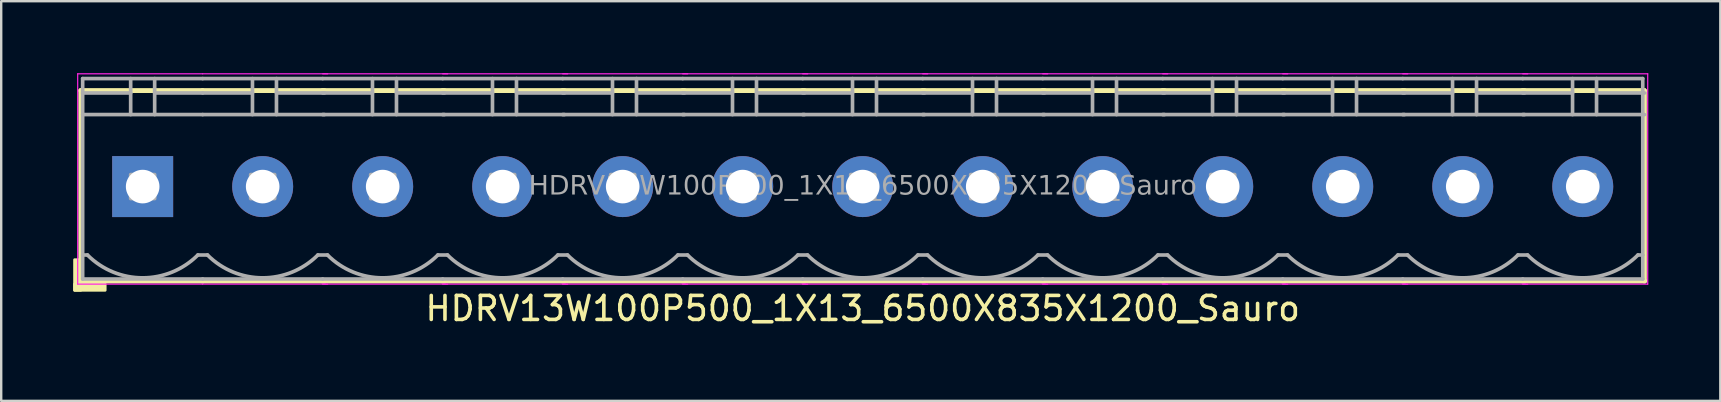
<source format=kicad_pcb>
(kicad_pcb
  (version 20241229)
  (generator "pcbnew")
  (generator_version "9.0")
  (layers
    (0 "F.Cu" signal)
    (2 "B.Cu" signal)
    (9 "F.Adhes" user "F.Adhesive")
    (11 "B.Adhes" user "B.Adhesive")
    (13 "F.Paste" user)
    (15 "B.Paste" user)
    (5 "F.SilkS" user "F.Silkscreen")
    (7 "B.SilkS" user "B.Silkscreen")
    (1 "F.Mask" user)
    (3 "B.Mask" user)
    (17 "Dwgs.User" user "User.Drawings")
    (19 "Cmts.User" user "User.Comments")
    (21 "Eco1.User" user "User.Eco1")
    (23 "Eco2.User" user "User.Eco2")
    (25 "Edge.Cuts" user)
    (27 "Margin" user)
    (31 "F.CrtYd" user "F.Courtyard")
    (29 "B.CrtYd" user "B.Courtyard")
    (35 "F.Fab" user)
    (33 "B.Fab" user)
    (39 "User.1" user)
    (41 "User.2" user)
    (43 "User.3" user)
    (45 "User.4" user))
  (footprint "HDRV13W100P500_1X13_6500X835X1200_Sauro"
    (layer "F.Cu")
    (at 32.894 4.724)
    (property "Reference" "HDRV13W100P500_1X13_6500X835X1200_Sauro" (at 0 5.08 0) (layer "F.SilkS") (effects (font (size 1 1) (thickness 0.15))))
    (attr through_hole)
    (fp_line (start -32.58 -4) (end -32.58 3.937) (stroke (width 0.203) (type solid)) (layer "F.SilkS"))
    (fp_line (start -32.58 3.937) (end -27.5 3.937) (stroke (width 0.203) (type solid)) (layer "F.SilkS"))
    (fp_line (start -27.505 -4) (end -32.58 -4) (stroke (width 0.203) (type solid)) (layer "F.SilkS"))
    (fp_line (start -27.5 3.937) (end -22.42 3.937) (stroke (width 0.203) (type solid)) (layer "F.SilkS"))
    (fp_line (start -22.5 3.937) (end -17.42 3.937) (stroke (width 0.203) (type solid)) (layer "F.SilkS"))
    (fp_line (start -22.43 -4) (end -27.505 -4) (stroke (width 0.203) (type solid)) (layer "F.SilkS"))
    (fp_line (start -17.5 3.937) (end -12.42 3.937) (stroke (width 0.203) (type solid)) (layer "F.SilkS"))
    (fp_line (start -17.43 -4) (end -22.505 -4) (stroke (width 0.203) (type solid)) (layer "F.SilkS"))
    (fp_line (start -12.5 3.937) (end -7.42 3.937) (stroke (width 0.203) (type solid)) (layer "F.SilkS"))
    (fp_line (start -12.43 -4) (end -17.505 -4) (stroke (width 0.203) (type solid)) (layer "F.SilkS"))
    (fp_line (start -7.5 3.937) (end -2.42 3.937) (stroke (width 0.203) (type solid)) (layer "F.SilkS"))
    (fp_line (start -7.43 -4) (end -12.505 -4) (stroke (width 0.203) (type solid)) (layer "F.SilkS"))
    (fp_line (start -2.5 3.937) (end 2.58 3.937) (stroke (width 0.203) (type solid)) (layer "F.SilkS"))
    (fp_line (start -2.43 -4) (end -7.505 -4) (stroke (width 0.203) (type solid)) (layer "F.SilkS"))
    (fp_line (start 2.5 3.937) (end 7.58 3.937) (stroke (width 0.203) (type solid)) (layer "F.SilkS"))
    (fp_line (start 2.57 -4) (end -2.505 -4) (stroke (width 0.203) (type solid)) (layer "F.SilkS"))
    (fp_line (start 7.5 3.937) (end 12.58 3.937) (stroke (width 0.203) (type solid)) (layer "F.SilkS"))
    (fp_line (start 7.57 -4) (end 2.495 -4) (stroke (width 0.203) (type solid)) (layer "F.SilkS"))
    (fp_line (start 12.5 3.937) (end 17.58 3.937) (stroke (width 0.203) (type solid)) (layer "F.SilkS"))
    (fp_line (start 12.57 -4) (end 7.495 -4) (stroke (width 0.203) (type solid)) (layer "F.SilkS"))
    (fp_line (start 17.5 3.937) (end 22.58 3.937) (stroke (width 0.203) (type solid)) (layer "F.SilkS"))
    (fp_line (start 17.57 -4) (end 12.495 -4) (stroke (width 0.203) (type solid)) (layer "F.SilkS"))
    (fp_line (start 22.5 3.937) (end 27.58 3.937) (stroke (width 0.203) (type solid)) (layer "F.SilkS"))
    (fp_line (start 22.57 -4) (end 17.495 -4) (stroke (width 0.203) (type solid)) (layer "F.SilkS"))
    (fp_line (start 27.5 3.937) (end 32.58 3.937) (stroke (width 0.203) (type solid)) (layer "F.SilkS"))
    (fp_line (start 27.57 -4) (end 22.495 -4) (stroke (width 0.203) (type solid)) (layer "F.SilkS"))
    (fp_line (start 32.57 -4) (end 27.495 -4) (stroke (width 0.203) (type solid)) (layer "F.SilkS"))
    (fp_line (start 32.57 -4) (end 32.57 3.937) (stroke (width 0.203) (type solid)) (layer "F.SilkS"))
    (fp_rect (start -32.58 3.048) (end -32.834 4.318) (stroke (width 0.12) (type solid)) (fill yes) (layer "F.SilkS"))
    (fp_rect (start -31.564 4.318) (end -32.834 4.064) (stroke (width 0.12) (type solid)) (fill yes) (layer "F.SilkS"))
    (fp_line (start -32.707 4.064) (end -32.707 -4.699) (stroke (width 0.05) (type solid)) (layer "F.CrtYd"))
    (fp_line (start -27.505 4.064) (end -32.707 4.064) (stroke (width 0.05) (type solid)) (layer "F.CrtYd"))
    (fp_line (start -27.5 -4.699) (end -32.707 -4.699) (stroke (width 0.05) (type solid)) (layer "F.CrtYd"))
    (fp_line (start -22.293 -4.699) (end -27.5 -4.699) (stroke (width 0.05) (type solid)) (layer "F.CrtYd"))
    (fp_line (start -22.293 4.064) (end -27.505 4.064) (stroke (width 0.05) (type solid)) (layer "F.CrtYd"))
    (fp_line (start -17.293 -4.699) (end -22.5 -4.699) (stroke (width 0.05) (type solid)) (layer "F.CrtYd"))
    (fp_line (start -17.293 4.064) (end -22.505 4.064) (stroke (width 0.05) (type solid)) (layer "F.CrtYd"))
    (fp_line (start -12.293 -4.699) (end -17.5 -4.699) (stroke (width 0.05) (type solid)) (layer "F.CrtYd"))
    (fp_line (start -12.293 4.064) (end -17.505 4.064) (stroke (width 0.05) (type solid)) (layer "F.CrtYd"))
    (fp_line (start -7.293 -4.699) (end -12.5 -4.699) (stroke (width 0.05) (type solid)) (layer "F.CrtYd"))
    (fp_line (start -7.293 4.064) (end -12.505 4.064) (stroke (width 0.05) (type solid)) (layer "F.CrtYd"))
    (fp_line (start -2.293 -4.699) (end -7.5 -4.699) (stroke (width 0.05) (type solid)) (layer "F.CrtYd"))
    (fp_line (start -2.293 4.064) (end -7.505 4.064) (stroke (width 0.05) (type solid)) (layer "F.CrtYd"))
    (fp_line (start 2.707 -4.699) (end -2.5 -4.699) (stroke (width 0.05) (type solid)) (layer "F.CrtYd"))
    (fp_line (start 2.707 4.064) (end -2.505 4.064) (stroke (width 0.05) (type solid)) (layer "F.CrtYd"))
    (fp_line (start 7.707 -4.699) (end 2.5 -4.699) (stroke (width 0.05) (type solid)) (layer "F.CrtYd"))
    (fp_line (start 7.707 4.064) (end 2.495 4.064) (stroke (width 0.05) (type solid)) (layer "F.CrtYd"))
    (fp_line (start 12.707 -4.699) (end 7.5 -4.699) (stroke (width 0.05) (type solid)) (layer "F.CrtYd"))
    (fp_line (start 12.707 4.064) (end 7.495 4.064) (stroke (width 0.05) (type solid)) (layer "F.CrtYd"))
    (fp_line (start 17.707 -4.699) (end 12.5 -4.699) (stroke (width 0.05) (type solid)) (layer "F.CrtYd"))
    (fp_line (start 17.707 4.064) (end 12.495 4.064) (stroke (width 0.05) (type solid)) (layer "F.CrtYd"))
    (fp_line (start 22.707 -4.699) (end 17.5 -4.699) (stroke (width 0.05) (type solid)) (layer "F.CrtYd"))
    (fp_line (start 22.707 4.064) (end 17.495 4.064) (stroke (width 0.05) (type solid)) (layer "F.CrtYd"))
    (fp_line (start 27.707 -4.699) (end 22.5 -4.699) (stroke (width 0.05) (type solid)) (layer "F.CrtYd"))
    (fp_line (start 27.707 4.064) (end 22.495 4.064) (stroke (width 0.05) (type solid)) (layer "F.CrtYd"))
    (fp_line (start 32.707 -4.699) (end 27.5 -4.699) (stroke (width 0.05) (type solid)) (layer "F.CrtYd"))
    (fp_line (start 32.707 -4.699) (end 32.707 4.064) (stroke (width 0.05) (type solid)) (layer "F.CrtYd"))
    (fp_line (start 32.707 4.064) (end 27.495 4.064) (stroke (width 0.05) (type solid)) (layer "F.CrtYd"))
    (fp_line (start -32.5 -4.5) (end -32.5 3.85) (stroke (width 0.152) (type solid)) (layer "F.Fab"))
    (fp_line (start -32.3 2.85) (end -32.5 2.85) (stroke (width 0.152) (type solid)) (layer "F.Fab"))
    (fp_line (start -30.5 -4.5) (end -30.5 -3) (stroke (width 0.152) (type default)) (layer "F.Fab"))
    (fp_line (start -30.5 -3.9) (end -32.5 -3.9) (stroke (width 0.152) (type solid)) (layer "F.Fab"))
    (fp_line (start -29.5 -4.5) (end -29.5 -3) (stroke (width 0.152) (type default)) (layer "F.Fab"))
    (fp_line (start -29.5 -3.9) (end -27.5 -3.9) (stroke (width 0.152) (type solid)) (layer "F.Fab"))
    (fp_line (start -27.7 2.85) (end -27.3 2.85) (stroke (width 0.152) (type solid)) (layer "F.Fab"))
    (fp_line (start -27.5 -4.5) (end -32.5 -4.5) (stroke (width 0.152) (type solid)) (layer "F.Fab"))
    (fp_line (start -27.5 -3) (end -32.5 -3) (stroke (width 0.152) (type solid)) (layer "F.Fab"))
    (fp_line (start -27.5 3.85) (end -32.5 3.85) (stroke (width 0.152) (type solid)) (layer "F.Fab"))
    (fp_line (start -27.5 3.85) (end -22.5 3.85) (stroke (width 0.152) (type solid)) (layer "F.Fab"))
    (fp_line (start -25.425 -4.5) (end -25.425 -3) (stroke (width 0.152) (type default)) (layer "F.Fab"))
    (fp_line (start -25.425 -3.9) (end -27.5 -3.9) (stroke (width 0.152) (type solid)) (layer "F.Fab"))
    (fp_line (start -24.425 -4.5) (end -24.425 -3) (stroke (width 0.152) (type default)) (layer "F.Fab"))
    (fp_line (start -24.425 -3.9) (end -22.425 -3.9) (stroke (width 0.152) (type solid)) (layer "F.Fab"))
    (fp_line (start -22.7 2.85) (end -22.3 2.85) (stroke (width 0.152) (type solid)) (layer "F.Fab"))
    (fp_line (start -22.5 -4.5) (end -27.5 -4.5) (stroke (width 0.152) (type solid)) (layer "F.Fab"))
    (fp_line (start -22.5 3.85) (end -17.5 3.85) (stroke (width 0.152) (type solid)) (layer "F.Fab"))
    (fp_line (start -22.425 -3) (end -27.5 -3) (stroke (width 0.152) (type solid)) (layer "F.Fab"))
    (fp_line (start -20.425 -4.5) (end -20.425 -3) (stroke (width 0.152) (type default)) (layer "F.Fab"))
    (fp_line (start -20.425 -3.9) (end -22.5 -3.9) (stroke (width 0.152) (type solid)) (layer "F.Fab"))
    (fp_line (start -19.425 -4.5) (end -19.425 -3) (stroke (width 0.152) (type default)) (layer "F.Fab"))
    (fp_line (start -19.425 -3.9) (end -17.425 -3.9) (stroke (width 0.152) (type solid)) (layer "F.Fab"))
    (fp_line (start -17.7 2.85) (end -17.3 2.85) (stroke (width 0.152) (type solid)) (layer "F.Fab"))
    (fp_line (start -17.5 -4.5) (end -22.5 -4.5) (stroke (width 0.152) (type solid)) (layer "F.Fab"))
    (fp_line (start -17.5 3.85) (end -12.5 3.85) (stroke (width 0.152) (type solid)) (layer "F.Fab"))
    (fp_line (start -17.425 -3) (end -22.5 -3) (stroke (width 0.152) (type solid)) (layer "F.Fab"))
    (fp_line (start -15.425 -4.5) (end -15.425 -3) (stroke (width 0.152) (type default)) (layer "F.Fab"))
    (fp_line (start -15.425 -3.9) (end -17.5 -3.9) (stroke (width 0.152) (type solid)) (layer "F.Fab"))
    (fp_line (start -14.425 -4.5) (end -14.425 -3) (stroke (width 0.152) (type default)) (layer "F.Fab"))
    (fp_line (start -14.425 -3.9) (end -12.425 -3.9) (stroke (width 0.152) (type solid)) (layer "F.Fab"))
    (fp_line (start -12.7 2.85) (end -12.3 2.85) (stroke (width 0.152) (type solid)) (layer "F.Fab"))
    (fp_line (start -12.5 -4.5) (end -17.5 -4.5) (stroke (width 0.152) (type solid)) (layer "F.Fab"))
    (fp_line (start -12.5 3.85) (end -7.5 3.85) (stroke (width 0.152) (type solid)) (layer "F.Fab"))
    (fp_line (start -12.425 -3) (end -17.5 -3) (stroke (width 0.152) (type solid)) (layer "F.Fab"))
    (fp_line (start -10.425 -4.5) (end -10.425 -3) (stroke (width 0.152) (type default)) (layer "F.Fab"))
    (fp_line (start -10.425 -3.9) (end -12.5 -3.9) (stroke (width 0.152) (type solid)) (layer "F.Fab"))
    (fp_line (start -9.425 -4.5) (end -9.425 -3) (stroke (width 0.152) (type default)) (layer "F.Fab"))
    (fp_line (start -9.425 -3.9) (end -7.425 -3.9) (stroke (width 0.152) (type solid)) (layer "F.Fab"))
    (fp_line (start -7.7 2.85) (end -7.3 2.85) (stroke (width 0.152) (type solid)) (layer "F.Fab"))
    (fp_line (start -7.5 -4.5) (end -12.5 -4.5) (stroke (width 0.152) (type solid)) (layer "F.Fab"))
    (fp_line (start -7.5 3.85) (end -2.5 3.85) (stroke (width 0.152) (type solid)) (layer "F.Fab"))
    (fp_line (start -7.425 -3) (end -12.5 -3) (stroke (width 0.152) (type solid)) (layer "F.Fab"))
    (fp_line (start -5.425 -4.5) (end -5.425 -3) (stroke (width 0.152) (type default)) (layer "F.Fab"))
    (fp_line (start -5.425 -3.9) (end -7.5 -3.9) (stroke (width 0.152) (type solid)) (layer "F.Fab"))
    (fp_line (start -4.425 -4.5) (end -4.425 -3) (stroke (width 0.152) (type default)) (layer "F.Fab"))
    (fp_line (start -4.425 -3.9) (end -2.425 -3.9) (stroke (width 0.152) (type solid)) (layer "F.Fab"))
    (fp_line (start -2.7 2.85) (end -2.3 2.85) (stroke (width 0.152) (type solid)) (layer "F.Fab"))
    (fp_line (start -2.5 -4.5) (end -7.5 -4.5) (stroke (width 0.152) (type solid)) (layer "F.Fab"))
    (fp_line (start -2.5 3.85) (end 2.5 3.85) (stroke (width 0.152) (type solid)) (layer "F.Fab"))
    (fp_line (start -2.425 -3) (end -7.5 -3) (stroke (width 0.152) (type solid)) (layer "F.Fab"))
    (fp_line (start -0.425 -4.5) (end -0.425 -3) (stroke (width 0.152) (type default)) (layer "F.Fab"))
    (fp_line (start -0.425 -3.9) (end -2.5 -3.9) (stroke (width 0.152) (type solid)) (layer "F.Fab"))
    (fp_line (start 0.575 -4.5) (end 0.575 -3) (stroke (width 0.152) (type default)) (layer "F.Fab"))
    (fp_line (start 0.575 -3.9) (end 2.575 -3.9) (stroke (width 0.152) (type solid)) (layer "F.Fab"))
    (fp_line (start 2.3 2.85) (end 2.7 2.85) (stroke (width 0.152) (type solid)) (layer "F.Fab"))
    (fp_line (start 2.5 -4.5) (end -2.5 -4.5) (stroke (width 0.152) (type solid)) (layer "F.Fab"))
    (fp_line (start 2.5 3.85) (end 7.5 3.85) (stroke (width 0.152) (type solid)) (layer "F.Fab"))
    (fp_line (start 2.575 -3) (end -2.5 -3) (stroke (width 0.152) (type solid)) (layer "F.Fab"))
    (fp_line (start 4.575 -4.5) (end 4.575 -3) (stroke (width 0.152) (type default)) (layer "F.Fab"))
    (fp_line (start 4.575 -3.9) (end 2.5 -3.9) (stroke (width 0.152) (type solid)) (layer "F.Fab"))
    (fp_line (start 5.575 -4.5) (end 5.575 -3) (stroke (width 0.152) (type default)) (layer "F.Fab"))
    (fp_line (start 5.575 -3.9) (end 7.575 -3.9) (stroke (width 0.152) (type solid)) (layer "F.Fab"))
    (fp_line (start 7.3 2.85) (end 7.7 2.85) (stroke (width 0.152) (type solid)) (layer "F.Fab"))
    (fp_line (start 7.5 -4.5) (end 2.5 -4.5) (stroke (width 0.152) (type solid)) (layer "F.Fab"))
    (fp_line (start 7.5 3.85) (end 12.5 3.85) (stroke (width 0.152) (type solid)) (layer "F.Fab"))
    (fp_line (start 7.575 -3) (end 2.5 -3) (stroke (width 0.152) (type solid)) (layer "F.Fab"))
    (fp_line (start 9.575 -4.5) (end 9.575 -3) (stroke (width 0.152) (type default)) (layer "F.Fab"))
    (fp_line (start 9.575 -3.9) (end 7.5 -3.9) (stroke (width 0.152) (type solid)) (layer "F.Fab"))
    (fp_line (start 10.575 -4.5) (end 10.575 -3) (stroke (width 0.152) (type default)) (layer "F.Fab"))
    (fp_line (start 10.575 -3.9) (end 12.575 -3.9) (stroke (width 0.152) (type solid)) (layer "F.Fab"))
    (fp_line (start 12.3 2.85) (end 12.7 2.85) (stroke (width 0.152) (type solid)) (layer "F.Fab"))
    (fp_line (start 12.5 -4.5) (end 7.5 -4.5) (stroke (width 0.152) (type solid)) (layer "F.Fab"))
    (fp_line (start 12.5 3.85) (end 17.5 3.85) (stroke (width 0.152) (type solid)) (layer "F.Fab"))
    (fp_line (start 12.575 -3) (end 7.5 -3) (stroke (width 0.152) (type solid)) (layer "F.Fab"))
    (fp_line (start 14.575 -4.5) (end 14.575 -3) (stroke (width 0.152) (type default)) (layer "F.Fab"))
    (fp_line (start 14.575 -3.9) (end 12.5 -3.9) (stroke (width 0.152) (type solid)) (layer "F.Fab"))
    (fp_line (start 15.575 -4.5) (end 15.575 -3) (stroke (width 0.152) (type default)) (layer "F.Fab"))
    (fp_line (start 15.575 -3.9) (end 17.575 -3.9) (stroke (width 0.152) (type solid)) (layer "F.Fab"))
    (fp_line (start 17.3 2.85) (end 17.7 2.85) (stroke (width 0.152) (type solid)) (layer "F.Fab"))
    (fp_line (start 17.5 -4.5) (end 12.5 -4.5) (stroke (width 0.152) (type solid)) (layer "F.Fab"))
    (fp_line (start 17.5 3.85) (end 22.5 3.85) (stroke (width 0.152) (type solid)) (layer "F.Fab"))
    (fp_line (start 17.575 -3) (end 12.5 -3) (stroke (width 0.152) (type solid)) (layer "F.Fab"))
    (fp_line (start 19.575 -4.5) (end 19.575 -3) (stroke (width 0.152) (type default)) (layer "F.Fab"))
    (fp_line (start 19.575 -3.9) (end 17.5 -3.9) (stroke (width 0.152) (type solid)) (layer "F.Fab"))
    (fp_line (start 20.575 -4.5) (end 20.575 -3) (stroke (width 0.152) (type default)) (layer "F.Fab"))
    (fp_line (start 20.575 -3.9) (end 22.575 -3.9) (stroke (width 0.152) (type solid)) (layer "F.Fab"))
    (fp_line (start 22.3 2.85) (end 22.7 2.85) (stroke (width 0.152) (type solid)) (layer "F.Fab"))
    (fp_line (start 22.5 -4.5) (end 17.5 -4.5) (stroke (width 0.152) (type solid)) (layer "F.Fab"))
    (fp_line (start 22.5 3.85) (end 27.5 3.85) (stroke (width 0.152) (type solid)) (layer "F.Fab"))
    (fp_line (start 22.575 -3) (end 17.5 -3) (stroke (width 0.152) (type solid)) (layer "F.Fab"))
    (fp_line (start 24.575 -4.5) (end 24.575 -3) (stroke (width 0.152) (type default)) (layer "F.Fab"))
    (fp_line (start 24.575 -3.9) (end 22.5 -3.9) (stroke (width 0.152) (type solid)) (layer "F.Fab"))
    (fp_line (start 25.575 -4.5) (end 25.575 -3) (stroke (width 0.152) (type default)) (layer "F.Fab"))
    (fp_line (start 25.575 -3.9) (end 27.575 -3.9) (stroke (width 0.152) (type solid)) (layer "F.Fab"))
    (fp_line (start 27.3 2.85) (end 27.7 2.85) (stroke (width 0.152) (type solid)) (layer "F.Fab"))
    (fp_line (start 27.5 -4.5) (end 22.5 -4.5) (stroke (width 0.152) (type solid)) (layer "F.Fab"))
    (fp_line (start 27.5 3.85) (end 32.5 3.85) (stroke (width 0.152) (type solid)) (layer "F.Fab"))
    (fp_line (start 27.575 -3) (end 22.5 -3) (stroke (width 0.152) (type solid)) (layer "F.Fab"))
    (fp_line (start 29.575 -4.5) (end 29.575 -3) (stroke (width 0.152) (type default)) (layer "F.Fab"))
    (fp_line (start 29.575 -3.9) (end 27.5 -3.9) (stroke (width 0.152) (type solid)) (layer "F.Fab"))
    (fp_line (start 30.575 -4.5) (end 30.575 -3) (stroke (width 0.152) (type default)) (layer "F.Fab"))
    (fp_line (start 30.575 -3.9) (end 32.575 -3.9) (stroke (width 0.152) (type solid)) (layer "F.Fab"))
    (fp_line (start 32.5 -4.5) (end 27.5 -4.5) (stroke (width 0.152) (type solid)) (layer "F.Fab"))
    (fp_line (start 32.5 -4.5) (end 32.5 3.85) (stroke (width 0.152) (type solid)) (layer "F.Fab"))
    (fp_line (start 32.5 2.85) (end 32.3 2.85) (stroke (width 0.152) (type solid)) (layer "F.Fab"))
    (fp_line (start 32.575 -3) (end 27.5 -3) (stroke (width 0.152) (type solid)) (layer "F.Fab"))
    (fp_rect (start -30.5 -0.5) (end -29.5 0.5) (stroke (width 0.152) (type solid)) (fill no) (layer "F.Fab"))
    (fp_rect (start -25.5 -0.5) (end -24.5 0.5) (stroke (width 0.152) (type solid)) (fill no) (layer "F.Fab"))
    (fp_rect (start -20.5 -0.5) (end -19.5 0.5) (stroke (width 0.152) (type solid)) (fill no) (layer "F.Fab"))
    (fp_rect (start -15.5 -0.5) (end -14.5 0.5) (stroke (width 0.152) (type solid)) (fill no) (layer "F.Fab"))
    (fp_rect (start -10.5 -0.5) (end -9.5 0.5) (stroke (width 0.152) (type solid)) (fill no) (layer "F.Fab"))
    (fp_rect (start -5.5 -0.5) (end -4.5 0.5) (stroke (width 0.152) (type solid)) (fill no) (layer "F.Fab"))
    (fp_rect (start -0.5 -0.5) (end 0.5 0.5) (stroke (width 0.152) (type solid)) (fill no) (layer "F.Fab"))
    (fp_rect (start 4.5 -0.5) (end 5.5 0.5) (stroke (width 0.152) (type solid)) (fill no) (layer "F.Fab"))
    (fp_rect (start 9.5 -0.5) (end 10.5 0.5) (stroke (width 0.152) (type solid)) (fill no) (layer "F.Fab"))
    (fp_rect (start 14.5 -0.5) (end 15.5 0.5) (stroke (width 0.152) (type solid)) (fill no) (layer "F.Fab"))
    (fp_rect (start 19.5 -0.5) (end 20.5 0.5) (stroke (width 0.152) (type solid)) (fill no) (layer "F.Fab"))
    (fp_rect (start 24.5 -0.5) (end 25.5 0.5) (stroke (width 0.152) (type solid)) (fill no) (layer "F.Fab"))
    (fp_rect (start 29.5 -0.5) (end 30.5 0.5) (stroke (width 0.152) (type solid)) (fill no) (layer "F.Fab"))
    (fp_arc (start -27.7 2.85) (mid -30 3.802691) (end -32.3 2.85) (stroke (width 0.1524) (type default)) (layer "F.Fab"))
    (fp_arc (start -22.7 2.85) (mid -25 3.802691) (end -27.3 2.85) (stroke (width 0.1524) (type default)) (layer "F.Fab"))
    (fp_arc (start -17.7 2.85) (mid -20 3.802691) (end -22.3 2.85) (stroke (width 0.1524) (type default)) (layer "F.Fab"))
    (fp_arc (start -12.7 2.85) (mid -15 3.802691) (end -17.3 2.85) (stroke (width 0.1524) (type default)) (layer "F.Fab"))
    (fp_arc (start -7.7 2.85) (mid -10 3.802691) (end -12.3 2.85) (stroke (width 0.1524) (type default)) (layer "F.Fab"))
    (fp_arc (start -2.7 2.85) (mid -5 3.802691) (end -7.3 2.85) (stroke (width 0.1524) (type default)) (layer "F.Fab"))
    (fp_arc (start 2.3 2.85) (mid 0 3.802691) (end -2.3 2.85) (stroke (width 0.1524) (type default)) (layer "F.Fab"))
    (fp_arc (start 7.3 2.85) (mid 5 3.802691) (end 2.7 2.85) (stroke (width 0.1524) (type default)) (layer "F.Fab"))
    (fp_arc (start 12.3 2.85) (mid 10 3.802691) (end 7.7 2.85) (stroke (width 0.1524) (type default)) (layer "F.Fab"))
    (fp_arc (start 17.3 2.85) (mid 15 3.802691) (end 12.7 2.85) (stroke (width 0.1524) (type default)) (layer "F.Fab"))
    (fp_arc (start 22.3 2.85) (mid 20 3.802691) (end 17.7 2.85) (stroke (width 0.1524) (type default)) (layer "F.Fab"))
    (fp_arc (start 27.3 2.85) (mid 25 3.802691) (end 22.7 2.85) (stroke (width 0.1524) (type default)) (layer "F.Fab"))
    (fp_arc (start 32.3 2.85) (mid 30 3.802691) (end 27.7 2.85) (stroke (width 0.1524) (type default)) (layer "F.Fab"))
    (fp_text user "${REFERENCE}" (at 0 0 0) (layer "F.Fab") (effects (font (face "Tahoma") (size 0.8 0.8) (thickness 0.15))))
    (pad "1" thru_hole rect (at -30 0) (size 2.54 2.54) (drill 1.4) (layers "*.Cu" "*.Mask"))
    (pad "2" thru_hole circle (at -25 0) (size 2.54 2.54) (drill 1.4) (layers "*.Cu" "*.Mask"))
    (pad "3" thru_hole circle (at -20 0) (size 2.54 2.54) (drill 1.4) (layers "*.Cu" "*.Mask"))
    (pad "4" thru_hole circle (at -15 0) (size 2.54 2.54) (drill 1.4) (layers "*.Cu" "*.Mask"))
    (pad "5" thru_hole circle (at -10 0) (size 2.54 2.54) (drill 1.4) (layers "*.Cu" "*.Mask"))
    (pad "6" thru_hole circle (at -5 0) (size 2.54 2.54) (drill 1.4) (layers "*.Cu" "*.Mask"))
    (pad "7" thru_hole circle (at 0 0) (size 2.54 2.54) (drill 1.4) (layers "*.Cu" "*.Mask"))
    (pad "8" thru_hole circle (at 5 0) (size 2.54 2.54) (drill 1.4) (layers "*.Cu" "*.Mask"))
    (pad "9" thru_hole circle (at 10 0) (size 2.54 2.54) (drill 1.4) (layers "*.Cu" "*.Mask"))
    (pad "10" thru_hole circle (at 15 0) (size 2.54 2.54) (drill 1.4) (layers "*.Cu" "*.Mask"))
    (pad "11" thru_hole circle (at 20 0) (size 2.54 2.54) (drill 1.4) (layers "*.Cu" "*.Mask"))
    (pad "12" thru_hole circle (at 25 0) (size 2.54 2.54) (drill 1.4) (layers "*.Cu" "*.Mask"))
    (pad "13" thru_hole circle (at 30 0) (size 2.54 2.54) (drill 1.4) (layers "*.Cu" "*.Mask")))
  (gr_rect
    (start -3 -3)
    (end 68.626 13.652)
    (stroke (width 0.1) (type default))
    (fill no)
    (layer "Edge.Cuts")))
</source>
